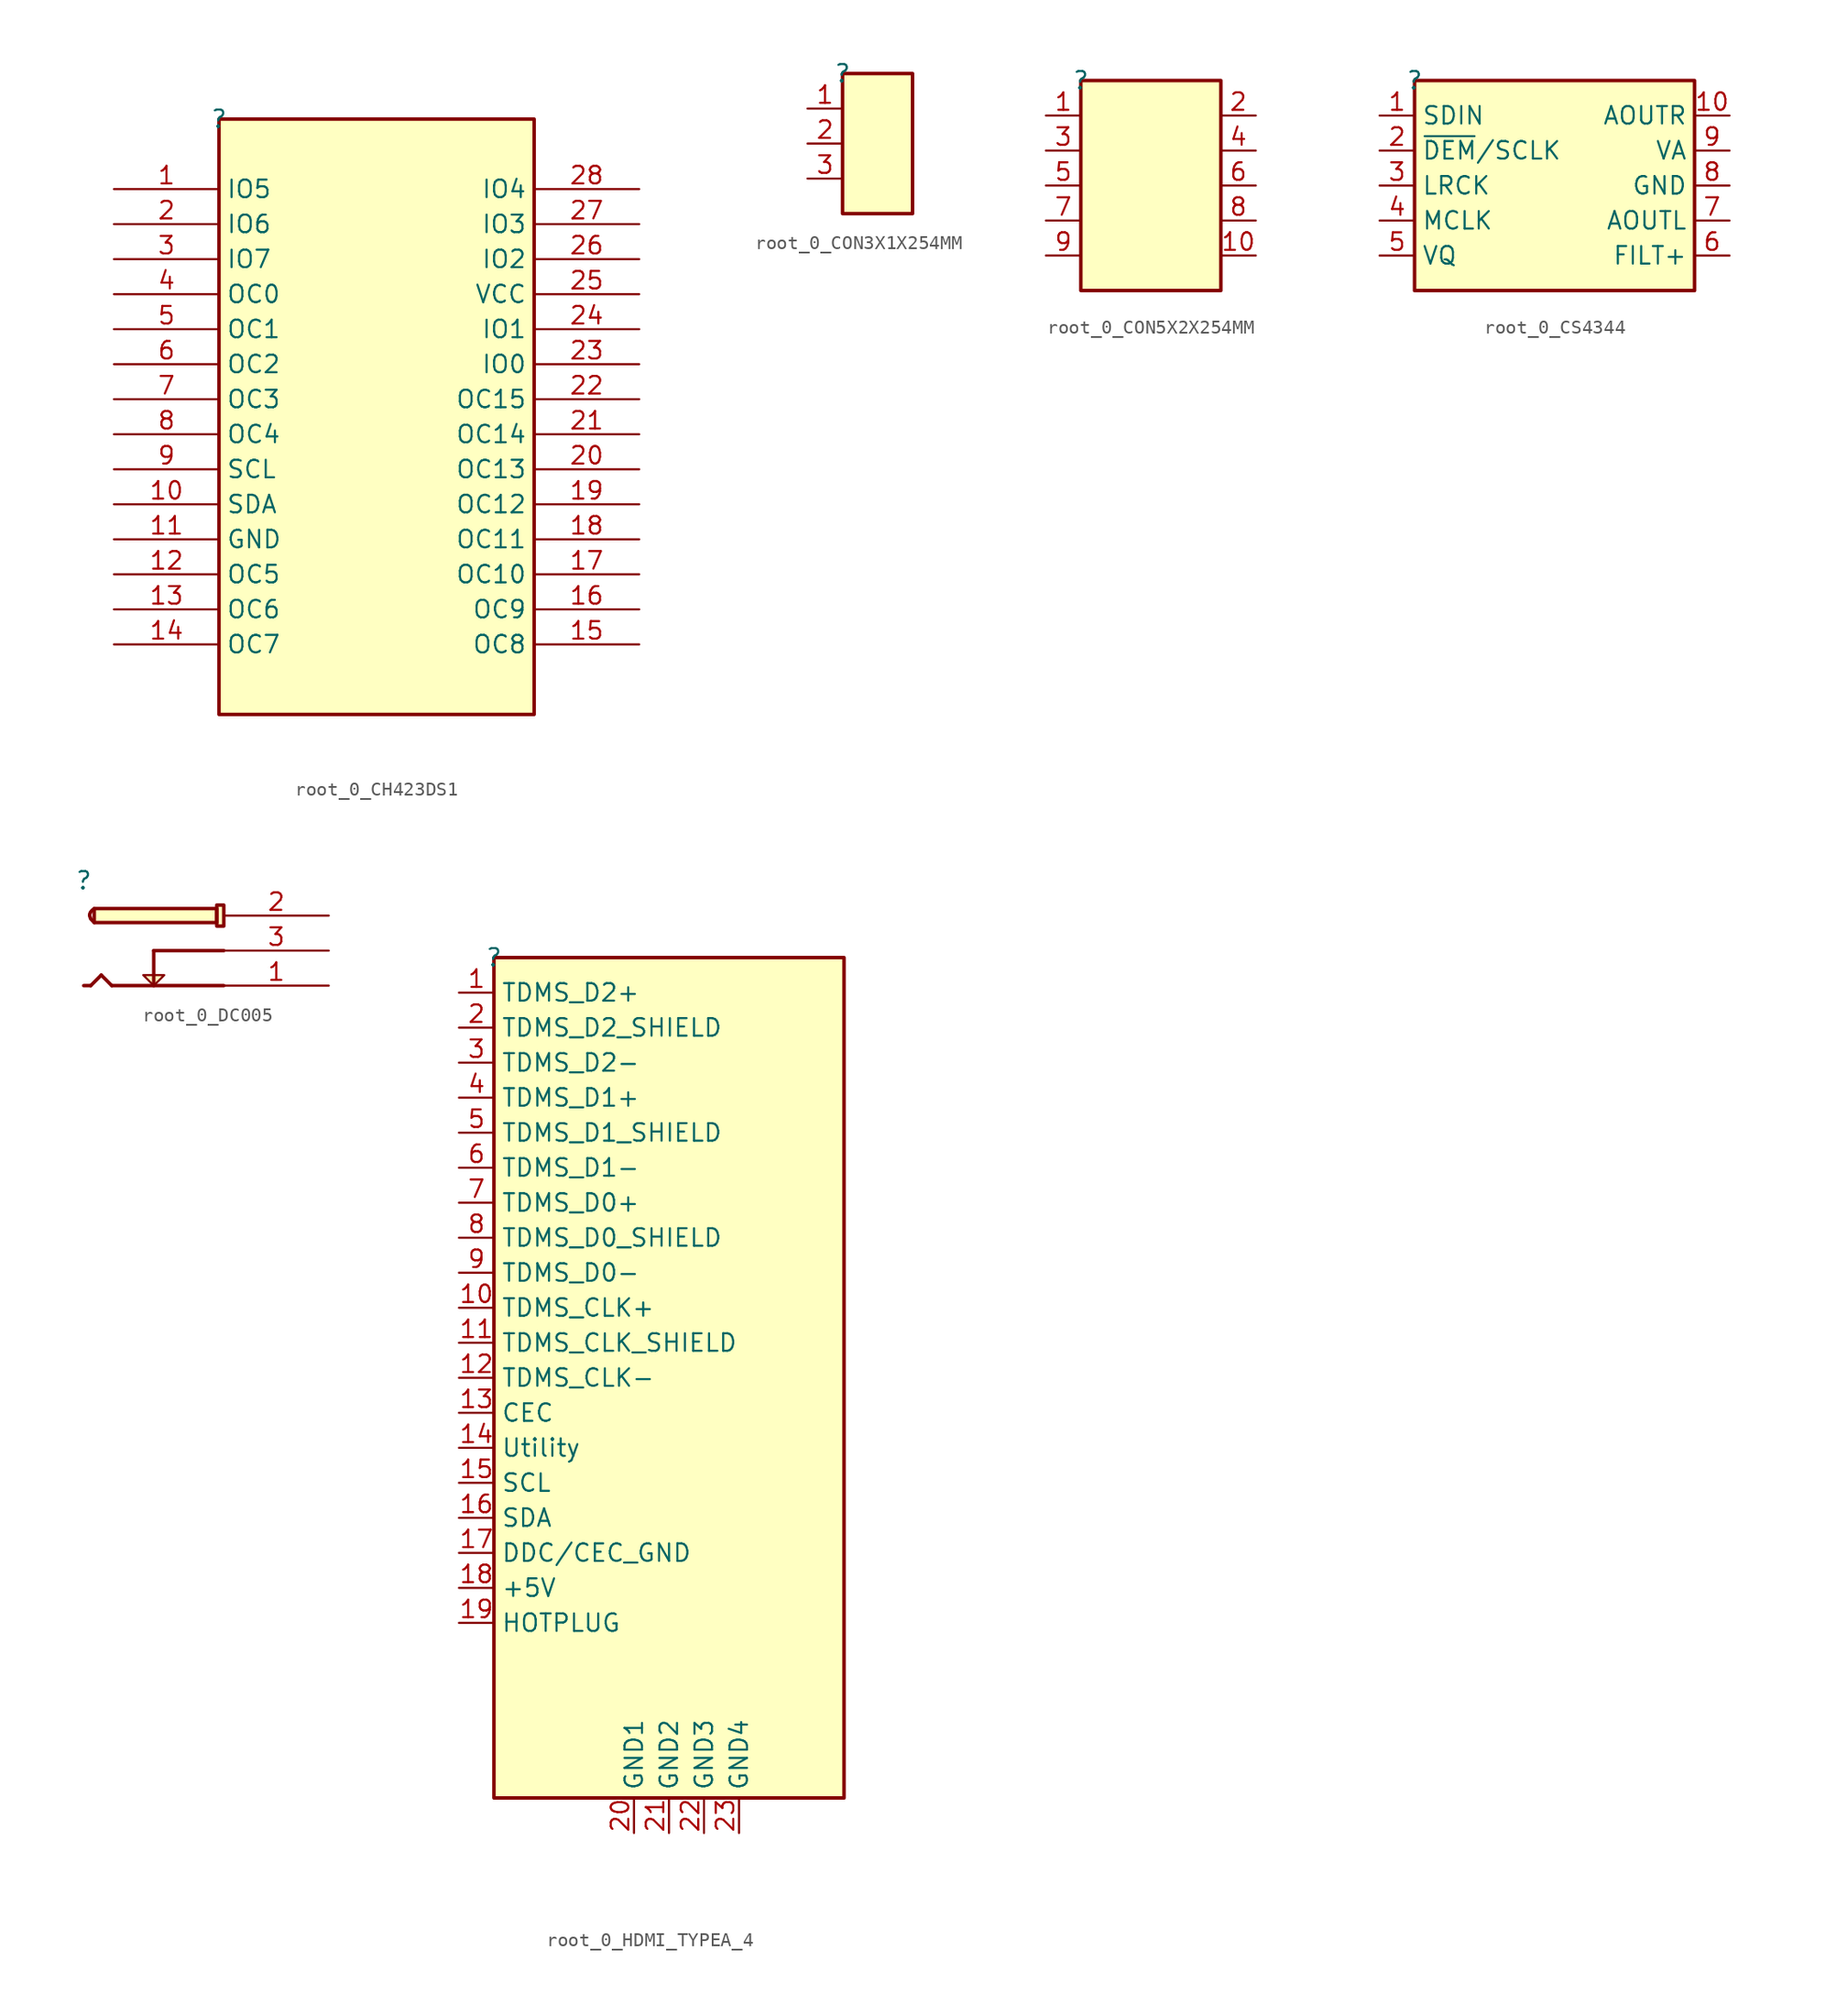
<source format=kicad_sym>
(kicad_symbol_lib
  (version 20220914)
  (generator kicad_symbol_editor)
  (symbol "root_0_CH423DS1"
    (property "Reference" ""
      (at 0 0 0)
      (effects (font (size 1.27 1.27))))
    (property "Value" ""
      (at 0 0 0)
      (effects (font (size 1.27 1.27))))
    (symbol "root_0_CH423DS1_1_0"
      (rectangle (start 22.86 0) (end 0 -43.18) (stroke (width 0.254) (type solid)) (fill (type background)))
      (pin passive line (at -7.62 -5.08 0) (length 7.62) (name "IO5" (effects (font (size 1.27 1.27)))) (number "1" (effects (font (size 1.27 1.27)))))
      (pin passive line (at -7.62 -27.94 0) (length 7.62) (name "SDA" (effects (font (size 1.27 1.27)))) (number "10" (effects (font (size 1.27 1.27)))))
      (pin passive line (at -7.62 -30.48 0) (length 7.62) (name "GND" (effects (font (size 1.27 1.27)))) (number "11" (effects (font (size 1.27 1.27)))))
      (pin passive line (at -7.62 -33.02 0) (length 7.62) (name "OC5" (effects (font (size 1.27 1.27)))) (number "12" (effects (font (size 1.27 1.27)))))
      (pin passive line (at -7.62 -35.56 0) (length 7.62) (name "OC6" (effects (font (size 1.27 1.27)))) (number "13" (effects (font (size 1.27 1.27)))))
      (pin passive line (at -7.62 -38.1 0) (length 7.62) (name "OC7" (effects (font (size 1.27 1.27)))) (number "14" (effects (font (size 1.27 1.27)))))
      (pin passive line (at 30.48 -38.1 180) (length 7.62) (name "OC8" (effects (font (size 1.27 1.27)))) (number "15" (effects (font (size 1.27 1.27)))))
      (pin passive line (at 30.48 -35.56 180) (length 7.62) (name "OC9" (effects (font (size 1.27 1.27)))) (number "16" (effects (font (size 1.27 1.27)))))
      (pin passive line (at 30.48 -33.02 180) (length 7.62) (name "OC10" (effects (font (size 1.27 1.27)))) (number "17" (effects (font (size 1.27 1.27)))))
      (pin passive line (at 30.48 -30.48 180) (length 7.62) (name "OC11" (effects (font (size 1.27 1.27)))) (number "18" (effects (font (size 1.27 1.27)))))
      (pin passive line (at 30.48 -27.94 180) (length 7.62) (name "OC12" (effects (font (size 1.27 1.27)))) (number "19" (effects (font (size 1.27 1.27)))))
      (pin passive line (at -7.62 -7.62 0) (length 7.62) (name "IO6" (effects (font (size 1.27 1.27)))) (number "2" (effects (font (size 1.27 1.27)))))
      (pin passive line (at 30.48 -25.4 180) (length 7.62) (name "OC13" (effects (font (size 1.27 1.27)))) (number "20" (effects (font (size 1.27 1.27)))))
      (pin passive line (at 30.48 -22.86 180) (length 7.62) (name "OC14" (effects (font (size 1.27 1.27)))) (number "21" (effects (font (size 1.27 1.27)))))
      (pin passive line (at 30.48 -20.32 180) (length 7.62) (name "OC15" (effects (font (size 1.27 1.27)))) (number "22" (effects (font (size 1.27 1.27)))))
      (pin passive line (at 30.48 -17.78 180) (length 7.62) (name "IO0" (effects (font (size 1.27 1.27)))) (number "23" (effects (font (size 1.27 1.27)))))
      (pin passive line (at 30.48 -15.24 180) (length 7.62) (name "IO1" (effects (font (size 1.27 1.27)))) (number "24" (effects (font (size 1.27 1.27)))))
      (pin passive line (at 30.48 -12.7 180) (length 7.62) (name "VCC" (effects (font (size 1.27 1.27)))) (number "25" (effects (font (size 1.27 1.27)))))
      (pin passive line (at 30.48 -10.16 180) (length 7.62) (name "IO2" (effects (font (size 1.27 1.27)))) (number "26" (effects (font (size 1.27 1.27)))))
      (pin passive line (at 30.48 -7.62 180) (length 7.62) (name "IO3" (effects (font (size 1.27 1.27)))) (number "27" (effects (font (size 1.27 1.27)))))
      (pin passive line (at 30.48 -5.08 180) (length 7.62) (name "IO4" (effects (font (size 1.27 1.27)))) (number "28" (effects (font (size 1.27 1.27)))))
      (pin passive line (at -7.62 -10.16 0) (length 7.62) (name "IO7" (effects (font (size 1.27 1.27)))) (number "3" (effects (font (size 1.27 1.27)))))
      (pin passive line (at -7.62 -12.7 0) (length 7.62) (name "OC0" (effects (font (size 1.27 1.27)))) (number "4" (effects (font (size 1.27 1.27)))))
      (pin passive line (at -7.62 -15.24 0) (length 7.62) (name "OC1" (effects (font (size 1.27 1.27)))) (number "5" (effects (font (size 1.27 1.27)))))
      (pin passive line (at -7.62 -17.78 0) (length 7.62) (name "OC2" (effects (font (size 1.27 1.27)))) (number "6" (effects (font (size 1.27 1.27)))))
      (pin passive line (at -7.62 -20.32 0) (length 7.62) (name "OC3" (effects (font (size 1.27 1.27)))) (number "7" (effects (font (size 1.27 1.27)))))
      (pin passive line (at -7.62 -22.86 0) (length 7.62) (name "OC4" (effects (font (size 1.27 1.27)))) (number "8" (effects (font (size 1.27 1.27)))))
      (pin passive line (at -7.62 -25.4 0) (length 7.62) (name "SCL" (effects (font (size 1.27 1.27)))) (number "9" (effects (font (size 1.27 1.27)))))))
  (symbol "root_0_CON3X1X254MM"
    (property "Reference" ""
      (at 0 0 0)
      (effects (font (size 1.27 1.27))))
    (property "Value" ""
      (at 0 0 0)
      (effects (font (size 1.27 1.27))))
    (symbol "root_0_CON3X1X254MM_1_0"
      (rectangle (start 5.08 0) (end 0 -10.16) (stroke (width 0.254) (type solid)) (fill (type background)))
      (pin passive line (at -2.54 -2.54 0) (length 2.54) (name "1" (effects (font (size 0 0)))) (number "1" (effects (font (size 1.27 1.27)))))
      (pin passive line (at -2.54 -5.08 0) (length 2.54) (name "2" (effects (font (size 0 0)))) (number "2" (effects (font (size 1.27 1.27)))))
      (pin passive line (at -2.54 -7.62 0) (length 2.54) (name "3" (effects (font (size 0 0)))) (number "3" (effects (font (size 1.27 1.27)))))))
  (symbol "root_0_CON5X2X254MM"
    (property "Reference" ""
      (at 0 0 0)
      (effects (font (size 1.27 1.27))))
    (property "Value" ""
      (at 0 0 0)
      (effects (font (size 1.27 1.27))))
    (symbol "root_0_CON5X2X254MM_1_0"
      (rectangle (start 10.16 0) (end 0 -15.24) (stroke (width 0.254) (type solid)) (fill (type background)))
      (pin passive line (at -2.54 -2.54 0) (length 2.54) (name "1" (effects (font (size 0 0)))) (number "1" (effects (font (size 1.27 1.27)))))
      (pin passive line (at 12.7 -12.7 180) (length 2.54) (name "10" (effects (font (size 0 0)))) (number "10" (effects (font (size 1.27 1.27)))))
      (pin passive line (at 12.7 -2.54 180) (length 2.54) (name "2" (effects (font (size 0 0)))) (number "2" (effects (font (size 1.27 1.27)))))
      (pin passive line (at -2.54 -5.08 0) (length 2.54) (name "3" (effects (font (size 0 0)))) (number "3" (effects (font (size 1.27 1.27)))))
      (pin passive line (at 12.7 -5.08 180) (length 2.54) (name "4" (effects (font (size 0 0)))) (number "4" (effects (font (size 1.27 1.27)))))
      (pin passive line (at -2.54 -7.62 0) (length 2.54) (name "5" (effects (font (size 0 0)))) (number "5" (effects (font (size 1.27 1.27)))))
      (pin passive line (at 12.7 -7.62 180) (length 2.54) (name "6" (effects (font (size 0 0)))) (number "6" (effects (font (size 1.27 1.27)))))
      (pin passive line (at -2.54 -10.16 0) (length 2.54) (name "7" (effects (font (size 0 0)))) (number "7" (effects (font (size 1.27 1.27)))))
      (pin passive line (at 12.7 -10.16 180) (length 2.54) (name "8" (effects (font (size 0 0)))) (number "8" (effects (font (size 1.27 1.27)))))
      (pin passive line (at -2.54 -12.7 0) (length 2.54) (name "9" (effects (font (size 0 0)))) (number "9" (effects (font (size 1.27 1.27)))))))
  (symbol "root_0_CS4344"
    (property "Reference" ""
      (at 0 0 0)
      (effects (font (size 1.27 1.27))))
    (property "Value" ""
      (at 0 0 0)
      (effects (font (size 1.27 1.27))))
    (symbol "root_0_CS4344_1_0"
      (rectangle (start 20.32 0) (end 0 -15.24) (stroke (width 0.254) (type solid)) (fill (type background)))
      (pin input line (at -2.54 -2.54 0) (length 2.54) (name "SDIN" (effects (font (size 1.27 1.27)))) (number "1" (effects (font (size 1.27 1.27)))))
      (pin output line (at 22.86 -2.54 180) (length 2.54) (name "AOUTR" (effects (font (size 1.27 1.27)))) (number "10" (effects (font (size 1.27 1.27)))))
      (pin input line (at -2.54 -5.08 0) (length 2.54) (name "~{DEM}/SCLK" (effects (font (size 1.27 1.27)))) (number "2" (effects (font (size 1.27 1.27)))))
      (pin input line (at -2.54 -7.62 0) (length 2.54) (name "LRCK" (effects (font (size 1.27 1.27)))) (number "3" (effects (font (size 1.27 1.27)))))
      (pin input line (at -2.54 -10.16 0) (length 2.54) (name "MCLK" (effects (font (size 1.27 1.27)))) (number "4" (effects (font (size 1.27 1.27)))))
      (pin output line (at -2.54 -12.7 0) (length 2.54) (name "VQ" (effects (font (size 1.27 1.27)))) (number "5" (effects (font (size 1.27 1.27)))))
      (pin input line (at 22.86 -12.7 180) (length 2.54) (name "FILT+" (effects (font (size 1.27 1.27)))) (number "6" (effects (font (size 1.27 1.27)))))
      (pin output line (at 22.86 -10.16 180) (length 2.54) (name "AOUTL" (effects (font (size 1.27 1.27)))) (number "7" (effects (font (size 1.27 1.27)))))
      (pin power_in line (at 22.86 -7.62 180) (length 2.54) (name "GND" (effects (font (size 1.27 1.27)))) (number "8" (effects (font (size 1.27 1.27)))))
      (pin power_in line (at 22.86 -5.08 180) (length 2.54) (name "VA" (effects (font (size 1.27 1.27)))) (number "9" (effects (font (size 1.27 1.27)))))))
  (symbol "root_0_DC005"
    (property "Reference" ""
      (at 0 0 0)
      (effects (font (size 1.27 1.27))))
    (property "Value" ""
      (at 0 0 0)
      (effects (font (size 1.27 1.27))))
    (symbol "root_0_DC005_1_0"
      (polyline (pts (xy 0.508 -7.62) (xy 0 -7.62)) (stroke (width 0.254) (type solid)) (fill (type none)))
      (polyline (pts (xy 1.27 -6.858) (xy 0.508 -7.62)) (stroke (width 0.254) (type solid)) (fill (type none)))
      (polyline (pts (xy 2.032 -7.62) (xy 1.27 -6.858)) (stroke (width 0.254) (type solid)) (fill (type none)))
      (polyline (pts (xy 2.032 -7.62) (xy 10.16 -7.62)) (stroke (width 0.254) (type solid)) (fill (type none)))
      (polyline (pts (xy 5.08 -5.08) (xy 5.08 -7.62)) (stroke (width 0.254) (type solid)) (fill (type none)))
      (polyline (pts (xy 10.16 -5.08) (xy 5.08 -5.08)) (stroke (width 0.254) (type solid)) (fill (type none)))
      (polyline (pts (xy 5.08 -7.62) (xy 5.08 -7.62) (xy 5.842 -6.858) (xy 4.318 -6.858) (xy 5.08 -7.62) (xy 5.08 -7.62)) (stroke (width 0) (type solid)) (fill (type background)))
      (bezier (pts (xy 0.762 -2.032) (xy 0 -2.54) (xy 0.762 -3.048) (xy 0.762 -3.048)) (stroke (width 0.254) (type solid)) (fill (type none)))
      (rectangle (start 9.652 -2.032) (end 0.762 -3.048) (stroke (width 0.254) (type solid)) (fill (type background)))
      (rectangle (start 10.16 -1.778) (end 9.652 -3.302) (stroke (width 0.254) (type solid)) (fill (type background)))
      (pin power_in line (at 17.78 -7.62 180) (length 7.62) (name "GND" (effects (font (size 0 0)))) (number "1" (effects (font (size 1.27 1.27)))))
      (pin passive line (at 17.78 -2.54 180) (length 7.62) (name "2" (effects (font (size 0 0)))) (number "2" (effects (font (size 1.27 1.27)))))
      (pin power_in line (at 17.78 -5.08 180) (length 7.62) (name "GND" (effects (font (size 0 0)))) (number "3" (effects (font (size 1.27 1.27)))))))
  (symbol "root_0_HDMI_TYPEA_4"
    (property "Reference" ""
      (at 0 0 0)
      (effects (font (size 1.27 1.27))))
    (property "Value" ""
      (at 0 0 0)
      (effects (font (size 1.27 1.27))))
    (symbol "root_0_HDMI_TYPEA_4_1_0"
      (rectangle (start 25.4 0) (end 0 -60.96) (stroke (width 0.254) (type solid)) (fill (type background)))
      (pin bidirectional line (at -2.54 -2.54 0) (length 2.54) (name "TDMS_D2+" (effects (font (size 1.27 1.27)))) (number "1" (effects (font (size 1.27 1.27)))))
      (pin bidirectional line (at -2.54 -25.4 0) (length 2.54) (name "TDMS_CLK+" (effects (font (size 1.27 1.27)))) (number "10" (effects (font (size 1.27 1.27)))))
      (pin passive line (at -2.54 -27.94 0) (length 2.54) (name "TDMS_CLK_SHIELD" (effects (font (size 1.27 1.27)))) (number "11" (effects (font (size 1.27 1.27)))))
      (pin bidirectional line (at -2.54 -30.48 0) (length 2.54) (name "TDMS_CLK-" (effects (font (size 1.27 1.27)))) (number "12" (effects (font (size 1.27 1.27)))))
      (pin bidirectional line (at -2.54 -33.02 0) (length 2.54) (name "CEC" (effects (font (size 1.27 1.27)))) (number "13" (effects (font (size 1.27 1.27)))))
      (pin passive line (at -2.54 -35.56 0) (length 2.54) (name "Utility" (effects (font (size 1.27 1.27)))) (number "14" (effects (font (size 1.27 1.27)))))
      (pin open_collector line (at -2.54 -38.1 0) (length 2.54) (name "SCL" (effects (font (size 1.27 1.27)))) (number "15" (effects (font (size 1.27 1.27)))))
      (pin open_collector line (at -2.54 -40.64 0) (length 2.54) (name "SDA" (effects (font (size 1.27 1.27)))) (number "16" (effects (font (size 1.27 1.27)))))
      (pin power_in line (at -2.54 -43.18 0) (length 2.54) (name "DDC/CEC_GND" (effects (font (size 1.27 1.27)))) (number "17" (effects (font (size 1.27 1.27)))))
      (pin power_in line (at -2.54 -45.72 0) (length 2.54) (name "+5V" (effects (font (size 1.27 1.27)))) (number "18" (effects (font (size 1.27 1.27)))))
      (pin bidirectional line (at -2.54 -48.26 0) (length 2.54) (name "HOTPLUG" (effects (font (size 1.27 1.27)))) (number "19" (effects (font (size 1.27 1.27)))))
      (pin power_in line (at -2.54 -5.08 0) (length 2.54) (name "TDMS_D2_SHIELD" (effects (font (size 1.27 1.27)))) (number "2" (effects (font (size 1.27 1.27)))))
      (pin power_in line (at 10.16 -63.5 90) (length 2.54) (name "GND1" (effects (font (size 1.27 1.27)))) (number "20" (effects (font (size 1.27 1.27)))))
      (pin power_in line (at 12.7 -63.5 90) (length 2.54) (name "GND2" (effects (font (size 1.27 1.27)))) (number "21" (effects (font (size 1.27 1.27)))))
      (pin power_in line (at 15.24 -63.5 90) (length 2.54) (name "GND3" (effects (font (size 1.27 1.27)))) (number "22" (effects (font (size 1.27 1.27)))))
      (pin power_in line (at 17.78 -63.5 90) (length 2.54) (name "GND4" (effects (font (size 1.27 1.27)))) (number "23" (effects (font (size 1.27 1.27)))))
      (pin bidirectional line (at -2.54 -7.62 0) (length 2.54) (name "TDMS_D2-" (effects (font (size 1.27 1.27)))) (number "3" (effects (font (size 1.27 1.27)))))
      (pin bidirectional line (at -2.54 -10.16 0) (length 2.54) (name "TDMS_D1+" (effects (font (size 1.27 1.27)))) (number "4" (effects (font (size 1.27 1.27)))))
      (pin power_in line (at -2.54 -12.7 0) (length 2.54) (name "TDMS_D1_SHIELD" (effects (font (size 1.27 1.27)))) (number "5" (effects (font (size 1.27 1.27)))))
      (pin bidirectional line (at -2.54 -15.24 0) (length 2.54) (name "TDMS_D1-" (effects (font (size 1.27 1.27)))) (number "6" (effects (font (size 1.27 1.27)))))
      (pin bidirectional line (at -2.54 -17.78 0) (length 2.54) (name "TDMS_D0+" (effects (font (size 1.27 1.27)))) (number "7" (effects (font (size 1.27 1.27)))))
      (pin power_in line (at -2.54 -20.32 0) (length 2.54) (name "TDMS_D0_SHIELD" (effects (font (size 1.27 1.27)))) (number "8" (effects (font (size 1.27 1.27)))))
      (pin bidirectional line (at -2.54 -22.86 0) (length 2.54) (name "TDMS_D0-" (effects (font (size 1.27 1.27)))) (number "9" (effects (font (size 1.27 1.27))))))))
</source>
